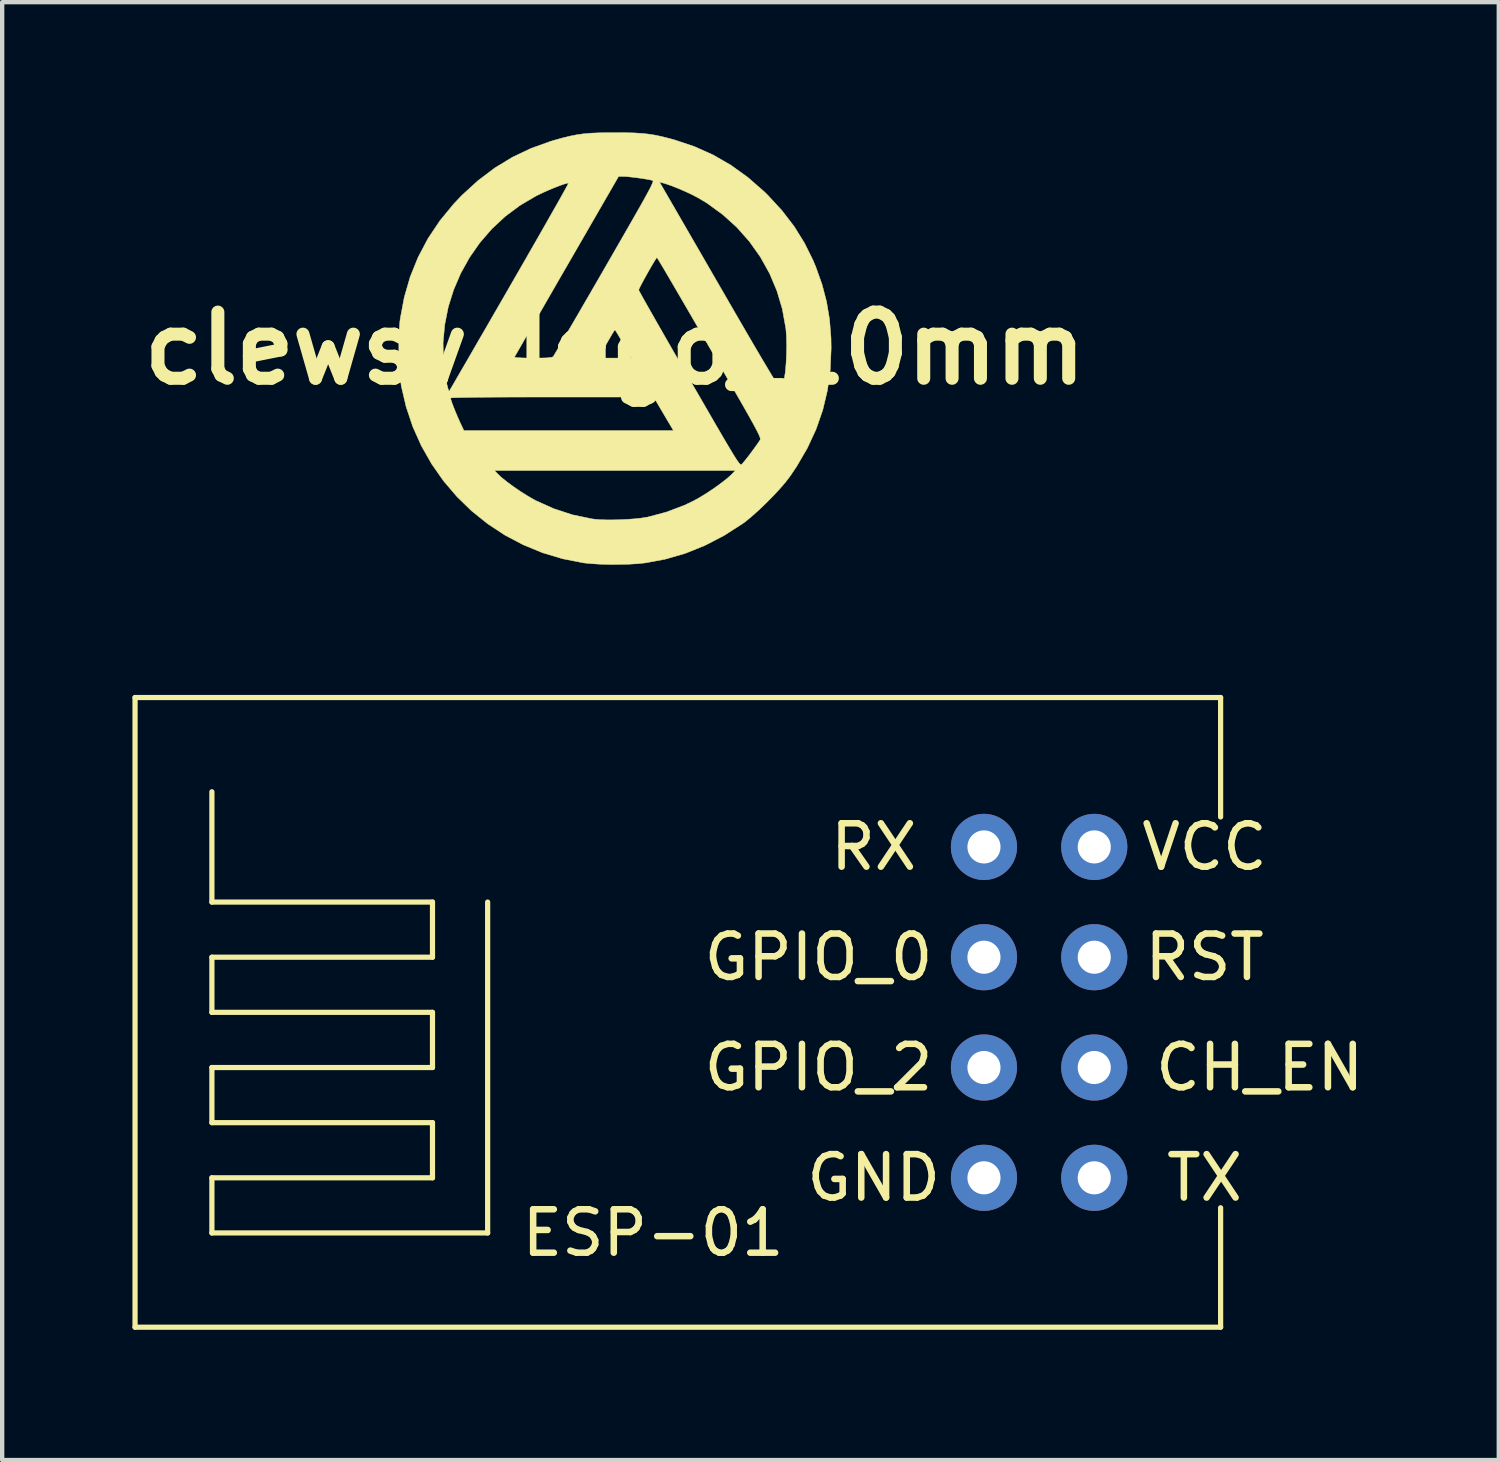
<source format=kicad_pcb>
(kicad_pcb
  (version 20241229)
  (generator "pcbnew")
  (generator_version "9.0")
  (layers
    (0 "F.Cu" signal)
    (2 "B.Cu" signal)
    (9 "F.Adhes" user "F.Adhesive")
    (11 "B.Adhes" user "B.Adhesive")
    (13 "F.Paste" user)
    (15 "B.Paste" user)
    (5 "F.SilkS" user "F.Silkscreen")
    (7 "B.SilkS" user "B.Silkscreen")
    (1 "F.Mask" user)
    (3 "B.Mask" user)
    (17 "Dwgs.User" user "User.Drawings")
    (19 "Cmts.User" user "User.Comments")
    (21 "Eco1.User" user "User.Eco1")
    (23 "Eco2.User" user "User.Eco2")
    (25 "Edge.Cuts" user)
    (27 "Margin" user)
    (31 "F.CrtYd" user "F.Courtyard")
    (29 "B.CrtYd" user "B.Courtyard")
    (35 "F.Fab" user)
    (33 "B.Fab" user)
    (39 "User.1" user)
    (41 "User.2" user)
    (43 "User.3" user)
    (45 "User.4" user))
  (footprint "ESP-01"
    (layer "F.Cu")
    (at 20.88 20.264)
    (property "Reference" "ESP-01" (at -8.89 5.08 0) (layer "F.SilkS") (effects (font (size 1 1) (thickness 0.15))))
    (attr through_hole)
    (fp_line (start -20.82 -7.25) (end 4.18 -7.25) (stroke (width 0.12) (type solid)) (layer "F.SilkS"))
    (fp_line (start -20.82 7.25) (end -20.82 -7.25) (stroke (width 0.12) (type solid)) (layer "F.SilkS"))
    (fp_line (start -19.05 -5.08) (end -19.05 -2.54) (stroke (width 0.12) (type solid)) (layer "F.SilkS"))
    (fp_line (start -19.05 -2.54) (end -13.97 -2.54) (stroke (width 0.12) (type solid)) (layer "F.SilkS"))
    (fp_line (start -19.05 -1.27) (end -19.05 0) (stroke (width 0.12) (type solid)) (layer "F.SilkS"))
    (fp_line (start -19.05 0) (end -13.97 0) (stroke (width 0.12) (type solid)) (layer "F.SilkS"))
    (fp_line (start -19.05 1.27) (end -19.05 2.54) (stroke (width 0.12) (type solid)) (layer "F.SilkS"))
    (fp_line (start -19.05 2.54) (end -13.97 2.54) (stroke (width 0.12) (type solid)) (layer "F.SilkS"))
    (fp_line (start -19.05 3.81) (end -19.05 5.08) (stroke (width 0.12) (type solid)) (layer "F.SilkS"))
    (fp_line (start -19.05 5.08) (end -12.7 5.08) (stroke (width 0.12) (type solid)) (layer "F.SilkS"))
    (fp_line (start -13.97 -2.54) (end -13.97 -1.27) (stroke (width 0.12) (type solid)) (layer "F.SilkS"))
    (fp_line (start -13.97 -1.27) (end -19.05 -1.27) (stroke (width 0.12) (type solid)) (layer "F.SilkS"))
    (fp_line (start -13.97 0) (end -13.97 1.27) (stroke (width 0.12) (type solid)) (layer "F.SilkS"))
    (fp_line (start -13.97 1.27) (end -19.05 1.27) (stroke (width 0.12) (type solid)) (layer "F.SilkS"))
    (fp_line (start -13.97 2.54) (end -13.97 3.81) (stroke (width 0.12) (type solid)) (layer "F.SilkS"))
    (fp_line (start -13.97 3.81) (end -19.05 3.81) (stroke (width 0.12) (type solid)) (layer "F.SilkS"))
    (fp_line (start -12.7 5.08) (end -12.7 -2.54) (stroke (width 0.12) (type solid)) (layer "F.SilkS"))
    (fp_line (start 4.18 -7.25) (end 4.18 -4.5) (stroke (width 0.12) (type solid)) (layer "F.SilkS"))
    (fp_line (start 4.18 7.25) (end -20.82 7.25) (stroke (width 0.12) (type solid)) (layer "F.SilkS"))
    (fp_line (start 4.18 7.25) (end 4.18 4.5) (stroke (width 0.12) (type solid)) (layer "F.SilkS"))
    (fp_text user "GND" (at -3.81 3.81 0) (layer "F.SilkS") (effects (font (size 1 1) (thickness 0.15))))
    (fp_text user "RX" (at -3.81 -3.81 0) (layer "F.SilkS") (effects (font (size 1 1) (thickness 0.15))))
    (fp_text user "VCC" (at 3.81 -3.81 0) (layer "F.SilkS") (effects (font (size 1 1) (thickness 0.15))))
    (fp_text user "CH_EN" (at 5.08 1.27 0) (layer "F.SilkS") (effects (font (size 1 1) (thickness 0.15))))
    (fp_text user "GPIO_2" (at -5.08 1.27 0) (layer "F.SilkS") (effects (font (size 1 1) (thickness 0.15))))
    (fp_text user "GPIO_0" (at -5.08 -1.27 0) (layer "F.SilkS") (effects (font (size 1 1) (thickness 0.15))))
    (fp_text user "RST" (at 3.81 -1.27 0) (layer "F.SilkS") (effects (font (size 1 1) (thickness 0.15))))
    (fp_text user "TX" (at 3.81 3.81 0) (layer "F.SilkS") (effects (font (size 1 1) (thickness 0.15))))
    (pad "1" thru_hole circle (at -1.27 3.81) (size 1.524 1.524) (drill 0.762) (layers "*.Cu" "*.Mask"))
    (pad "2" thru_hole circle (at 1.27 3.81) (size 1.524 1.524) (drill 0.762) (layers "*.Cu" "*.Mask"))
    (pad "3" thru_hole circle (at -1.27 1.27) (size 1.524 1.524) (drill 0.762) (layers "*.Cu" "*.Mask"))
    (pad "4" thru_hole circle (at 1.27 1.27) (size 1.524 1.524) (drill 0.762) (layers "*.Cu" "*.Mask"))
    (pad "5" thru_hole circle (at -1.27 -1.27) (size 1.524 1.524) (drill 0.762) (layers "*.Cu" "*.Mask"))
    (pad "6" thru_hole circle (at 1.27 -1.27) (size 1.524 1.524) (drill 0.762) (layers "*.Cu" "*.Mask"))
    (pad "7" thru_hole circle (at -1.27 -3.81) (size 1.524 1.524) (drill 0.762) (layers "*.Cu" "*.Mask"))
    (pad "8" thru_hole circle (at 1.27 -3.81) (size 1.524 1.524) (drill 0.762) (layers "*.Cu" "*.Mask")))
  (footprint "clewsy_logo_10mm"
    (layer "F.Cu")
    (at 11.111 4.972)
    (property "Reference" "clewsy_logo_10mm" (at 0 0 0) (layer "F.SilkS") (effects (font (size 1.524 1.524) (thickness 0.3))))
    (attr through_hole)
    (fp_poly (pts (xy 0.242 -4.966) (xy 0.446 -4.961) (xy 0.621 -4.95) (xy 0.78 -4.933) (xy 0.932 -4.909) (xy 1.089 -4.875) (xy 1.262 -4.831) (xy 1.368 -4.802) (xy 1.826 -4.649) (xy 2.259 -4.456) (xy 2.67 -4.219) (xy 3.061 -3.938) (xy 3.435 -3.611) (xy 3.524 -3.524) (xy 3.848 -3.172) (xy 4.127 -2.809) (xy 4.364 -2.428) (xy 4.564 -2.025) (xy 4.627 -1.874) (xy 4.77 -1.472) (xy 4.874 -1.075) (xy 4.942 -0.672) (xy 4.976 -0.248) (xy 4.98 0) (xy 4.959 0.493) (xy 4.895 0.965) (xy 4.787 1.419) (xy 4.634 1.861) (xy 4.434 2.293) (xy 4.186 2.719) (xy 4.034 2.945) (xy 3.932 3.078) (xy 3.799 3.233) (xy 3.645 3.399) (xy 3.479 3.566) (xy 3.311 3.727) (xy 3.15 3.871) (xy 3.006 3.99) (xy 2.945 4.034) (xy 2.512 4.312) (xy 2.072 4.54) (xy 1.621 4.722) (xy 1.158 4.856) (xy 0.701 4.941) (xy 0.533 4.959) (xy 0.33 4.971) (xy 0.108 4.976) (xy -0.122 4.977) (xy -0.344 4.971) (xy -0.546 4.959) (xy -0.713 4.942) (xy -0.722 4.941) (xy -1.204 4.846) (xy -1.668 4.707) (xy -2.112 4.524) (xy -2.533 4.302) (xy -2.93 4.041) (xy -3.3 3.744) (xy -3.639 3.414) (xy -3.947 3.053) (xy -4.114 2.814) (xy -2.773 2.814) (xy -2.7 2.891) (xy -2.612 2.974) (xy -2.489 3.072) (xy -2.345 3.179) (xy -2.188 3.287) (xy -2.029 3.388) (xy -1.88 3.475) (xy -1.821 3.507) (xy -1.404 3.694) (xy -0.975 3.834) (xy -0.533 3.926) (xy -0.473 3.934) (xy -0.336 3.946) (xy -0.163 3.951) (xy 0.032 3.949) (xy 0.234 3.941) (xy 0.431 3.928) (xy 0.609 3.909) (xy 0.753 3.886) (xy 0.76 3.884) (xy 1.188 3.77) (xy 1.602 3.613) (xy 1.819 3.509) (xy 1.962 3.429) (xy 2.118 3.333) (xy 2.277 3.227) (xy 2.428 3.118) (xy 2.562 3.015) (xy 2.666 2.925) (xy 2.7 2.891) (xy 2.773 2.814) (xy -2.773 2.814) (xy -4.114 2.814) (xy -4.22 2.663) (xy -4.457 2.246) (xy -4.654 1.806) (xy -4.809 1.343) (xy -4.855 1.145) (xy -3.785 1.145) (xy -3.776 1.186) (xy -3.75 1.262) (xy -3.712 1.363) (xy -3.666 1.477) (xy -3.616 1.594) (xy -3.569 1.7) (xy -3.478 1.893) (xy 1.349 1.893) (xy 1.3 1.812) (xy 1.27 1.76) (xy 1.22 1.677) (xy 1.158 1.572) (xy 1.089 1.455) (xy 1.072 1.426) (xy 0.893 1.121) (xy -1.446 1.121) (xy -1.877 1.121) (xy -2.267 1.122) (xy -2.614 1.123) (xy -2.918 1.125) (xy -3.179 1.127) (xy -3.394 1.13) (xy -3.563 1.133) (xy -3.685 1.136) (xy -3.76 1.14) (xy -3.785 1.145) (xy -3.785 1.145) (xy -4.855 1.145) (xy -4.919 0.872) (xy -4.942 0.707) (xy -4.959 0.506) (xy -4.971 0.28) (xy -4.976 0.044) (xy -4.976 -0.131) (xy -3.957 -0.131) (xy -3.95 0.286) (xy -3.895 0.703) (xy -3.869 0.83) (xy -3.848 0.911) (xy -3.83 0.967) (xy -3.817 0.986) (xy -3.816 0.986) (xy -3.802 0.963) (xy -3.765 0.9) (xy -3.706 0.799) (xy -3.627 0.663) (xy -3.53 0.495) (xy -3.415 0.298) (xy -3.359 0.201) (xy -2.312 0.201) (xy -2.291 0.209) (xy -2.226 0.216) (xy -2.122 0.221) (xy -1.985 0.224) (xy -1.885 0.224) (xy -0.378 0.224) (xy 0.378 0.224) (xy 0.298 0.081) (xy 0.203 -0.087) (xy 0.13 -0.216) (xy 0.076 -0.309) (xy 0.038 -0.372) (xy 0.014 -0.408) (xy 0.002 -0.422) (xy 0 -0.423) (xy -0.01 -0.414) (xy -0.031 -0.383) (xy -0.065 -0.328) (xy -0.115 -0.242) (xy -0.183 -0.123) (xy -0.272 0.034) (xy -0.298 0.081) (xy -0.378 0.224) (xy -1.885 0.224) (xy -1.723 0.223) (xy -1.604 0.221) (xy -1.52 0.216) (xy -1.466 0.209) (xy -1.433 0.198) (xy -1.419 0.186) (xy -1.402 0.159) (xy -1.362 0.092) (xy -1.301 -0.011) (xy -1.22 -0.149) (xy -1.122 -0.318) (xy -1.008 -0.514) (xy -0.879 -0.735) (xy -0.739 -0.977) (xy -0.587 -1.238) (xy -0.526 -1.344) (xy 0.548 -1.344) (xy 0.56 -1.318) (xy 0.595 -1.253) (xy 0.652 -1.15) (xy 0.729 -1.014) (xy 0.824 -0.847) (xy 0.935 -0.651) (xy 1.06 -0.431) (xy 1.199 -0.189) (xy 1.348 0.071) (xy 1.507 0.347) (xy 1.674 0.636) (xy 1.71 0.7) (xy 1.907 1.04) (xy 2.08 1.339) (xy 2.231 1.6) (xy 2.362 1.826) (xy 2.474 2.018) (xy 2.569 2.18) (xy 2.649 2.314) (xy 2.714 2.422) (xy 2.767 2.508) (xy 2.809 2.573) (xy 2.842 2.619) (xy 2.867 2.651) (xy 2.885 2.669) (xy 2.899 2.678) (xy 2.91 2.678) (xy 2.918 2.673) (xy 2.921 2.67) (xy 2.955 2.633) (xy 3.01 2.566) (xy 3.078 2.479) (xy 3.135 2.403) (xy 3.207 2.306) (xy 3.271 2.217) (xy 3.318 2.149) (xy 3.339 2.117) (xy 3.345 2.105) (xy 3.348 2.091) (xy 3.347 2.073) (xy 3.339 2.046) (xy 3.325 2.009) (xy 3.302 1.959) (xy 3.269 1.894) (xy 3.225 1.81) (xy 3.168 1.706) (xy 3.097 1.578) (xy 3.01 1.424) (xy 2.906 1.241) (xy 2.783 1.028) (xy 2.641 0.78) (xy 2.477 0.496) (xy 2.291 0.173) (xy 2.18 -0.018) (xy 2.01 -0.313) (xy 1.846 -0.596) (xy 1.691 -0.863) (xy 1.547 -1.111) (xy 1.414 -1.339) (xy 1.296 -1.542) (xy 1.193 -1.717) (xy 1.107 -1.863) (xy 1.04 -1.975) (xy 0.994 -2.051) (xy 0.97 -2.088) (xy 0.968 -2.091) (xy 0.95 -2.071) (xy 0.915 -2.015) (xy 0.865 -1.933) (xy 0.807 -1.833) (xy 0.745 -1.723) (xy 0.684 -1.614) (xy 0.629 -1.512) (xy 0.585 -1.427) (xy 0.556 -1.367) (xy 0.548 -1.344) (xy -0.526 -1.344) (xy -0.427 -1.515) (xy -0.26 -1.804) (xy -0.234 -1.85) (xy -0.037 -2.191) (xy 0.136 -2.492) (xy 0.287 -2.755) (xy 0.417 -2.982) (xy 0.528 -3.176) (xy 0.621 -3.34) (xy 0.697 -3.477) (xy 0.757 -3.587) (xy 0.804 -3.675) (xy 0.838 -3.743) (xy 0.86 -3.793) (xy 0.874 -3.828) (xy 0.874 -3.829) (xy 1.027 -3.829) (xy 1.231 -3.477) (xy 1.273 -3.404) (xy 1.338 -3.292) (xy 1.424 -3.143) (xy 1.528 -2.963) (xy 1.649 -2.754) (xy 1.784 -2.52) (xy 1.932 -2.265) (xy 2.089 -1.993) (xy 2.254 -1.707) (xy 2.426 -1.41) (xy 2.601 -1.107) (xy 2.626 -1.063) (xy 2.846 -0.683) (xy 3.045 -0.341) (xy 3.222 -0.037) (xy 3.378 0.228) (xy 3.512 0.453) (xy 3.623 0.639) (xy 3.712 0.784) (xy 3.777 0.887) (xy 3.819 0.948) (xy 3.837 0.967) (xy 3.837 0.967) (xy 3.85 0.928) (xy 3.869 0.854) (xy 3.89 0.758) (xy 3.897 0.722) (xy 3.923 0.557) (xy 3.941 0.358) (xy 3.952 0.142) (xy 3.955 -0.076) (xy 3.95 -0.28) (xy 3.937 -0.454) (xy 3.935 -0.465) (xy 3.856 -0.902) (xy 3.731 -1.323) (xy 3.562 -1.724) (xy 3.35 -2.104) (xy 3.099 -2.458) (xy 2.81 -2.785) (xy 2.485 -3.079) (xy 2.127 -3.34) (xy 1.93 -3.459) (xy 1.794 -3.531) (xy 1.633 -3.607) (xy 1.463 -3.681) (xy 1.3 -3.745) (xy 1.159 -3.793) (xy 1.117 -3.805) (xy 1.027 -3.829) (xy 0.874 -3.829) (xy 0.878 -3.85) (xy 0.876 -3.861) (xy 0.871 -3.865) (xy 0.817 -3.879) (xy 0.726 -3.896) (xy 0.613 -3.914) (xy 0.489 -3.931) (xy 0.37 -3.945) (xy 0.267 -3.956) (xy 0.195 -3.959) (xy 0.085 -3.959) (xy -1.109 -1.891) (xy -1.28 -1.596) (xy -1.443 -1.313) (xy -1.597 -1.045) (xy -1.741 -0.795) (xy -1.873 -0.566) (xy -1.991 -0.361) (xy -2.093 -0.183) (xy -2.177 -0.036) (xy -2.243 0.079) (xy -2.288 0.157) (xy -2.31 0.197) (xy -2.312 0.201) (xy -3.359 0.201) (xy -3.286 0.074) (xy -3.143 -0.174) (xy -2.987 -0.442) (xy -2.822 -0.729) (xy -2.647 -1.031) (xy -2.465 -1.346) (xy -2.427 -1.413) (xy -2.244 -1.73) (xy -2.069 -2.034) (xy -1.903 -2.324) (xy -1.747 -2.596) (xy -1.604 -2.847) (xy -1.474 -3.076) (xy -1.359 -3.278) (xy -1.261 -3.451) (xy -1.182 -3.594) (xy -1.122 -3.701) (xy -1.084 -3.772) (xy -1.069 -3.803) (xy -1.069 -3.805) (xy -1.107 -3.801) (xy -1.182 -3.779) (xy -1.283 -3.743) (xy -1.403 -3.696) (xy -1.533 -3.642) (xy -1.664 -3.583) (xy -1.787 -3.524) (xy -1.821 -3.507) (xy -2.189 -3.29) (xy -2.528 -3.037) (xy -2.835 -2.751) (xy -3.109 -2.435) (xy -3.348 -2.093) (xy -3.55 -1.73) (xy -3.714 -1.348) (xy -3.838 -0.952) (xy -3.919 -0.545) (xy -3.957 -0.131) (xy -4.976 -0.131) (xy -4.975 -0.19) (xy -4.968 -0.409) (xy -4.954 -0.601) (xy -4.944 -0.682) (xy -4.851 -1.176) (xy -4.714 -1.649) (xy -4.531 -2.1) (xy -4.304 -2.53) (xy -4.031 -2.938) (xy -3.714 -3.324) (xy -3.524 -3.524) (xy -3.154 -3.862) (xy -2.766 -4.155) (xy -2.358 -4.403) (xy -1.928 -4.607) (xy -1.473 -4.77) (xy -1.395 -4.793) (xy -1.204 -4.846) (xy -1.037 -4.887) (xy -0.881 -4.918) (xy -0.727 -4.94) (xy -0.562 -4.955) (xy -0.376 -4.963) (xy -0.158 -4.967) (xy 0 -4.967) (xy 0.242 -4.966)) (stroke (width 0.01) (type solid)) (fill yes) (layer "F.SilkS")))
  (gr_rect
    (start -3 -3)
    (end 31.466 30.574)
    (stroke (width 0.1) (type default))
    (fill no)
    (layer "Edge.Cuts")))
</source>
